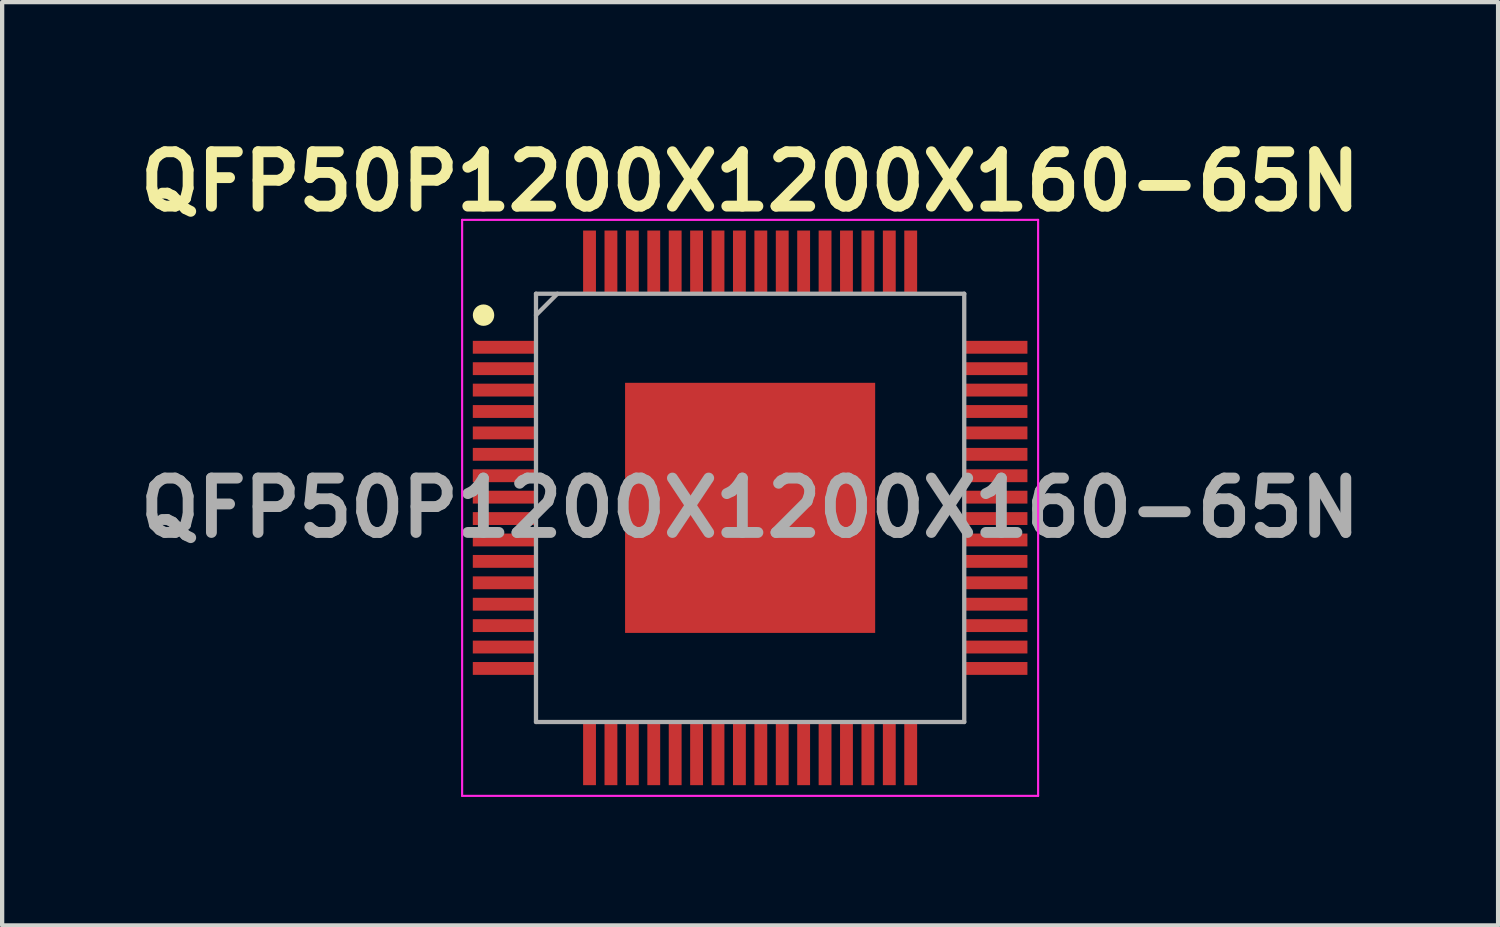
<source format=kicad_pcb>
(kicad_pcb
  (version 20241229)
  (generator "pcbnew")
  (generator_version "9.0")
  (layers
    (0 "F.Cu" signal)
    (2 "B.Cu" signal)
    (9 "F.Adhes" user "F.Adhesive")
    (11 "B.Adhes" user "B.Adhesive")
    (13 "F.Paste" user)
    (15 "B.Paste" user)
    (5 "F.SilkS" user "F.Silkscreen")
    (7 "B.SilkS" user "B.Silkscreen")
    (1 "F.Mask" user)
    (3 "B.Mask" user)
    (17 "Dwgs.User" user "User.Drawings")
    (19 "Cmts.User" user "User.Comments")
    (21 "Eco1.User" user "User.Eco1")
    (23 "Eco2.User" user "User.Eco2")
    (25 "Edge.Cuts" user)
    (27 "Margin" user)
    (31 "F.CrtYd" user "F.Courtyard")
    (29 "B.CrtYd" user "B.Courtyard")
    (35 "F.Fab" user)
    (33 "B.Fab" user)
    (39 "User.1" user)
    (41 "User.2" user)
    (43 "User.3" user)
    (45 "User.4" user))
  (footprint "QFP50P1200X1200X160-65N"
    (layer "F.Cu")
    (at 14.466 8.809)
    (property "Reference" "QFP50P1200X1200X160-65N" (at 0 -7.62 0) (layer "F.SilkS") (effects (font (size 1.27 1.27) (thickness 0.254))))
    (attr smd)
    (fp_circle (center -6.225 -4.5) (end -6.225 -4.375) (stroke (width 0.25) (type solid)) (fill no) (layer "F.SilkS"))
    (fp_line (start -6.725 -6.725) (end 6.725 -6.725) (stroke (width 0.05) (type solid)) (layer "F.CrtYd"))
    (fp_line (start -6.725 6.725) (end -6.725 -6.725) (stroke (width 0.05) (type solid)) (layer "F.CrtYd"))
    (fp_line (start 6.725 -6.725) (end 6.725 6.725) (stroke (width 0.05) (type solid)) (layer "F.CrtYd"))
    (fp_line (start 6.725 6.725) (end -6.725 6.725) (stroke (width 0.05) (type solid)) (layer "F.CrtYd"))
    (fp_line (start -5 -5) (end 5 -5) (stroke (width 0.1) (type solid)) (layer "F.Fab"))
    (fp_line (start -5 -4.5) (end -4.5 -5) (stroke (width 0.1) (type solid)) (layer "F.Fab"))
    (fp_line (start -5 5) (end -5 -5) (stroke (width 0.1) (type solid)) (layer "F.Fab"))
    (fp_line (start 5 -5) (end 5 5) (stroke (width 0.1) (type solid)) (layer "F.Fab"))
    (fp_line (start 5 5) (end -5 5) (stroke (width 0.1) (type solid)) (layer "F.Fab"))
    (fp_text user "${REFERENCE}" (at 0 0 0) (layer "F.Fab") (effects (font (size 1.27 1.27) (thickness 0.254))))
    (pad "1" smd rect (at -5.738 -3.75 90) (size 0.3 1.475) (layers "F.Cu" "F.Mask" "F.Paste"))
    (pad "2" smd rect (at -5.738 -3.25 90) (size 0.3 1.475) (layers "F.Cu" "F.Mask" "F.Paste"))
    (pad "3" smd rect (at -5.738 -2.75 90) (size 0.3 1.475) (layers "F.Cu" "F.Mask" "F.Paste"))
    (pad "4" smd rect (at -5.738 -2.25 90) (size 0.3 1.475) (layers "F.Cu" "F.Mask" "F.Paste"))
    (pad "5" smd rect (at -5.738 -1.75 90) (size 0.3 1.475) (layers "F.Cu" "F.Mask" "F.Paste"))
    (pad "6" smd rect (at -5.738 -1.25 90) (size 0.3 1.475) (layers "F.Cu" "F.Mask" "F.Paste"))
    (pad "7" smd rect (at -5.738 -0.75 90) (size 0.3 1.475) (layers "F.Cu" "F.Mask" "F.Paste"))
    (pad "8" smd rect (at -5.738 -0.25 90) (size 0.3 1.475) (layers "F.Cu" "F.Mask" "F.Paste"))
    (pad "9" smd rect (at -5.738 0.25 90) (size 0.3 1.475) (layers "F.Cu" "F.Mask" "F.Paste"))
    (pad "10" smd rect (at -5.738 0.75 90) (size 0.3 1.475) (layers "F.Cu" "F.Mask" "F.Paste"))
    (pad "11" smd rect (at -5.738 1.25 90) (size 0.3 1.475) (layers "F.Cu" "F.Mask" "F.Paste"))
    (pad "12" smd rect (at -5.738 1.75 90) (size 0.3 1.475) (layers "F.Cu" "F.Mask" "F.Paste"))
    (pad "13" smd rect (at -5.738 2.25 90) (size 0.3 1.475) (layers "F.Cu" "F.Mask" "F.Paste"))
    (pad "14" smd rect (at -5.738 2.75 90) (size 0.3 1.475) (layers "F.Cu" "F.Mask" "F.Paste"))
    (pad "15" smd rect (at -5.738 3.25 90) (size 0.3 1.475) (layers "F.Cu" "F.Mask" "F.Paste"))
    (pad "16" smd rect (at -5.738 3.75 90) (size 0.3 1.475) (layers "F.Cu" "F.Mask" "F.Paste"))
    (pad "17" smd rect (at -3.75 5.738) (size 0.3 1.475) (layers "F.Cu" "F.Mask" "F.Paste"))
    (pad "18" smd rect (at -3.25 5.738) (size 0.3 1.475) (layers "F.Cu" "F.Mask" "F.Paste"))
    (pad "19" smd rect (at -2.75 5.738) (size 0.3 1.475) (layers "F.Cu" "F.Mask" "F.Paste"))
    (pad "20" smd rect (at -2.25 5.738) (size 0.3 1.475) (layers "F.Cu" "F.Mask" "F.Paste"))
    (pad "21" smd rect (at -1.75 5.738) (size 0.3 1.475) (layers "F.Cu" "F.Mask" "F.Paste"))
    (pad "22" smd rect (at -1.25 5.738) (size 0.3 1.475) (layers "F.Cu" "F.Mask" "F.Paste"))
    (pad "23" smd rect (at -0.75 5.738) (size 0.3 1.475) (layers "F.Cu" "F.Mask" "F.Paste"))
    (pad "24" smd rect (at -0.25 5.738) (size 0.3 1.475) (layers "F.Cu" "F.Mask" "F.Paste"))
    (pad "25" smd rect (at 0.25 5.738) (size 0.3 1.475) (layers "F.Cu" "F.Mask" "F.Paste"))
    (pad "26" smd rect (at 0.75 5.738) (size 0.3 1.475) (layers "F.Cu" "F.Mask" "F.Paste"))
    (pad "27" smd rect (at 1.25 5.738) (size 0.3 1.475) (layers "F.Cu" "F.Mask" "F.Paste"))
    (pad "28" smd rect (at 1.75 5.738) (size 0.3 1.475) (layers "F.Cu" "F.Mask" "F.Paste"))
    (pad "29" smd rect (at 2.25 5.738) (size 0.3 1.475) (layers "F.Cu" "F.Mask" "F.Paste"))
    (pad "30" smd rect (at 2.75 5.738) (size 0.3 1.475) (layers "F.Cu" "F.Mask" "F.Paste"))
    (pad "31" smd rect (at 3.25 5.738) (size 0.3 1.475) (layers "F.Cu" "F.Mask" "F.Paste"))
    (pad "32" smd rect (at 3.75 5.738) (size 0.3 1.475) (layers "F.Cu" "F.Mask" "F.Paste"))
    (pad "33" smd rect (at 5.738 3.75 90) (size 0.3 1.475) (layers "F.Cu" "F.Mask" "F.Paste"))
    (pad "34" smd rect (at 5.738 3.25 90) (size 0.3 1.475) (layers "F.Cu" "F.Mask" "F.Paste"))
    (pad "35" smd rect (at 5.738 2.75 90) (size 0.3 1.475) (layers "F.Cu" "F.Mask" "F.Paste"))
    (pad "36" smd rect (at 5.738 2.25 90) (size 0.3 1.475) (layers "F.Cu" "F.Mask" "F.Paste"))
    (pad "37" smd rect (at 5.738 1.75 90) (size 0.3 1.475) (layers "F.Cu" "F.Mask" "F.Paste"))
    (pad "38" smd rect (at 5.738 1.25 90) (size 0.3 1.475) (layers "F.Cu" "F.Mask" "F.Paste"))
    (pad "39" smd rect (at 5.738 0.75 90) (size 0.3 1.475) (layers "F.Cu" "F.Mask" "F.Paste"))
    (pad "40" smd rect (at 5.738 0.25 90) (size 0.3 1.475) (layers "F.Cu" "F.Mask" "F.Paste"))
    (pad "41" smd rect (at 5.738 -0.25 90) (size 0.3 1.475) (layers "F.Cu" "F.Mask" "F.Paste"))
    (pad "42" smd rect (at 5.738 -0.75 90) (size 0.3 1.475) (layers "F.Cu" "F.Mask" "F.Paste"))
    (pad "43" smd rect (at 5.738 -1.25 90) (size 0.3 1.475) (layers "F.Cu" "F.Mask" "F.Paste"))
    (pad "44" smd rect (at 5.738 -1.75 90) (size 0.3 1.475) (layers "F.Cu" "F.Mask" "F.Paste"))
    (pad "45" smd rect (at 5.738 -2.25 90) (size 0.3 1.475) (layers "F.Cu" "F.Mask" "F.Paste"))
    (pad "46" smd rect (at 5.738 -2.75 90) (size 0.3 1.475) (layers "F.Cu" "F.Mask" "F.Paste"))
    (pad "47" smd rect (at 5.738 -3.25 90) (size 0.3 1.475) (layers "F.Cu" "F.Mask" "F.Paste"))
    (pad "48" smd rect (at 5.738 -3.75 90) (size 0.3 1.475) (layers "F.Cu" "F.Mask" "F.Paste"))
    (pad "49" smd rect (at 3.75 -5.738) (size 0.3 1.475) (layers "F.Cu" "F.Mask" "F.Paste"))
    (pad "50" smd rect (at 3.25 -5.738) (size 0.3 1.475) (layers "F.Cu" "F.Mask" "F.Paste"))
    (pad "51" smd rect (at 2.75 -5.738) (size 0.3 1.475) (layers "F.Cu" "F.Mask" "F.Paste"))
    (pad "52" smd rect (at 2.25 -5.738) (size 0.3 1.475) (layers "F.Cu" "F.Mask" "F.Paste"))
    (pad "53" smd rect (at 1.75 -5.738) (size 0.3 1.475) (layers "F.Cu" "F.Mask" "F.Paste"))
    (pad "54" smd rect (at 1.25 -5.738) (size 0.3 1.475) (layers "F.Cu" "F.Mask" "F.Paste"))
    (pad "55" smd rect (at 0.75 -5.738) (size 0.3 1.475) (layers "F.Cu" "F.Mask" "F.Paste"))
    (pad "56" smd rect (at 0.25 -5.738) (size 0.3 1.475) (layers "F.Cu" "F.Mask" "F.Paste"))
    (pad "57" smd rect (at -0.25 -5.738) (size 0.3 1.475) (layers "F.Cu" "F.Mask" "F.Paste"))
    (pad "58" smd rect (at -0.75 -5.738) (size 0.3 1.475) (layers "F.Cu" "F.Mask" "F.Paste"))
    (pad "59" smd rect (at -1.25 -5.738) (size 0.3 1.475) (layers "F.Cu" "F.Mask" "F.Paste"))
    (pad "60" smd rect (at -1.75 -5.738) (size 0.3 1.475) (layers "F.Cu" "F.Mask" "F.Paste"))
    (pad "61" smd rect (at -2.25 -5.738) (size 0.3 1.475) (layers "F.Cu" "F.Mask" "F.Paste"))
    (pad "62" smd rect (at -2.75 -5.738) (size 0.3 1.475) (layers "F.Cu" "F.Mask" "F.Paste"))
    (pad "63" smd rect (at -3.25 -5.738) (size 0.3 1.475) (layers "F.Cu" "F.Mask" "F.Paste"))
    (pad "64" smd rect (at -3.75 -5.738) (size 0.3 1.475) (layers "F.Cu" "F.Mask" "F.Paste"))
    (pad "65" smd rect (at 0 0) (size 5.84 5.84) (layers "F.Cu" "F.Mask" "F.Paste")))
  (gr_rect
    (start -3 -3)
    (end 31.932 18.559)
    (stroke (width 0.1) (type default))
    (fill no)
    (layer "Edge.Cuts")))
</source>
